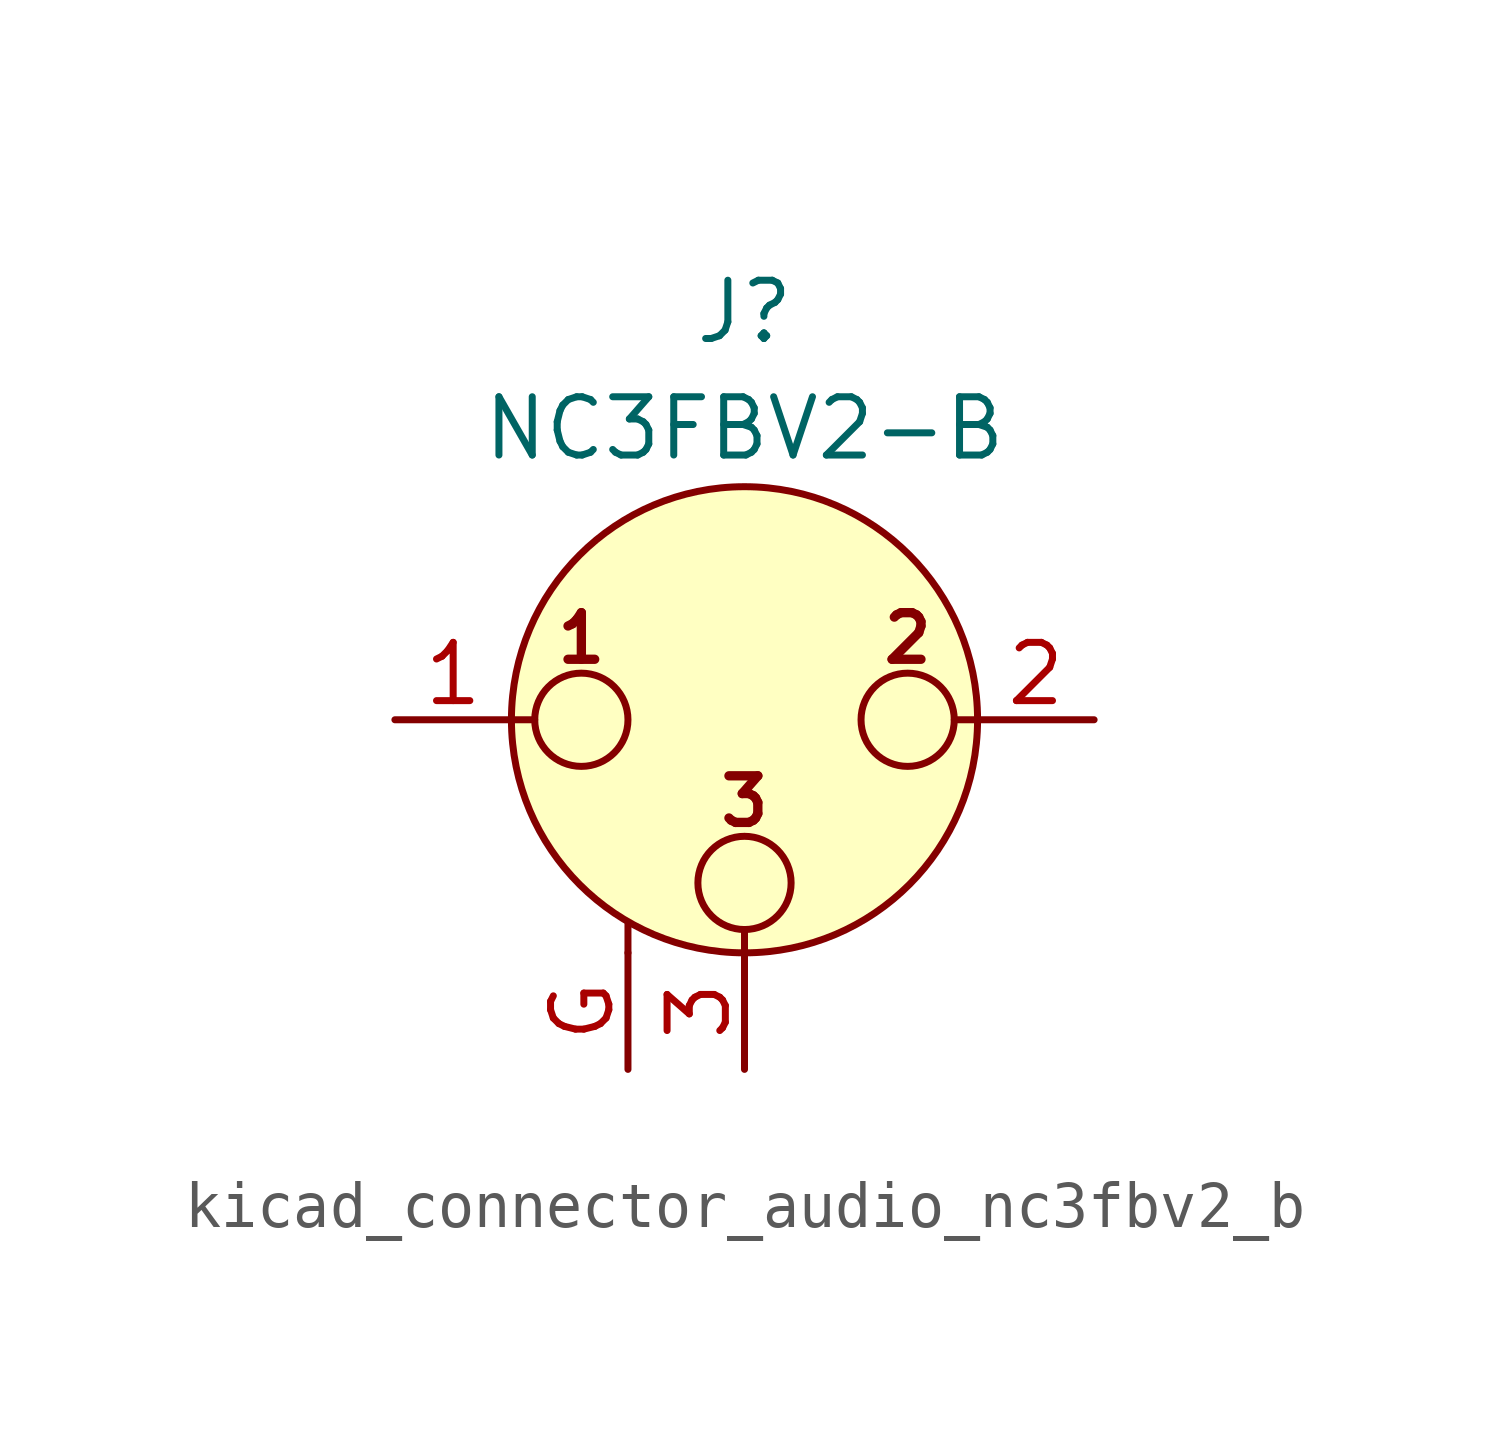
<source format=kicad_sym>
(kicad_symbol_lib
  (version 20220914)
  (generator kicad_symbol_editor)
  (symbol "kicad_connector_audio_nc3fbv2_b"
    (pin_names hide)
    (property "Reference" "J"
      (at 0 8.89 0)
      (effects (font (size 1.27 1.27))))
    (property "Value" "NC3FBV2-B"
      (at 0 6.35 0)
      (effects (font (size 1.27 1.27))))
    (symbol "kicad_connector_audio_nc3fbv2_b_0_1"
      (circle (center -3.556 0) (radius 1.016) (stroke (width 0) (type default)) (fill (type none)))
      (circle (center 0 -3.556) (radius 1.016) (stroke (width 0) (type default)) (fill (type none)))
      (polyline (pts (xy -5.08 0) (xy -4.572 0)) (stroke (width 0) (type default)) (fill (type none)))
      (polyline (pts (xy -2.54 -5.08) (xy -2.54 -4.445)) (stroke (width 0) (type default)) (fill (type none)))
      (polyline (pts (xy 0 -5.08) (xy 0 -4.572)) (stroke (width 0) (type default)) (fill (type none)))
      (polyline (pts (xy 5.08 0) (xy 4.572 0)) (stroke (width 0) (type default)) (fill (type none)))
      (circle (center 0 0) (radius 5.08) (stroke (width 0) (type default)) (fill (type background)))
      (circle (center 3.556 0) (radius 1.016) (stroke (width 0) (type default)) (fill (type none)))
      (text "1" (at -3.556 1.778 0) (effects (font (size 1.016 1.016) bold)))
      (text "2" (at 3.556 1.778 0) (effects (font (size 1.016 1.016) bold)))
      (text "3" (at 0 -1.778 0) (effects (font (size 1.016 1.016) bold)))
      (pin passive line (at -7.62 0 0) (length 2.54) (name "~" (effects (font (size 1.27 1.27)))) (number "1" (effects (font (size 1.27 1.27)))))
      (pin passive line (at 7.62 0 180) (length 2.54) (name "~" (effects (font (size 1.27 1.27)))) (number "2" (effects (font (size 1.27 1.27)))))
      (pin passive line (at 0 -7.62 90) (length 2.54) (name "~" (effects (font (size 1.27 1.27)))) (number "3" (effects (font (size 1.27 1.27))))))
    (symbol "kicad_connector_audio_nc3fbv2_b_1_1"
      (pin passive line (at -2.54 -7.62 90) (length 2.54) (name "~" (effects (font (size 1.27 1.27)))) (number "G" (effects (font (size 1.27 1.27))))))))
</source>
